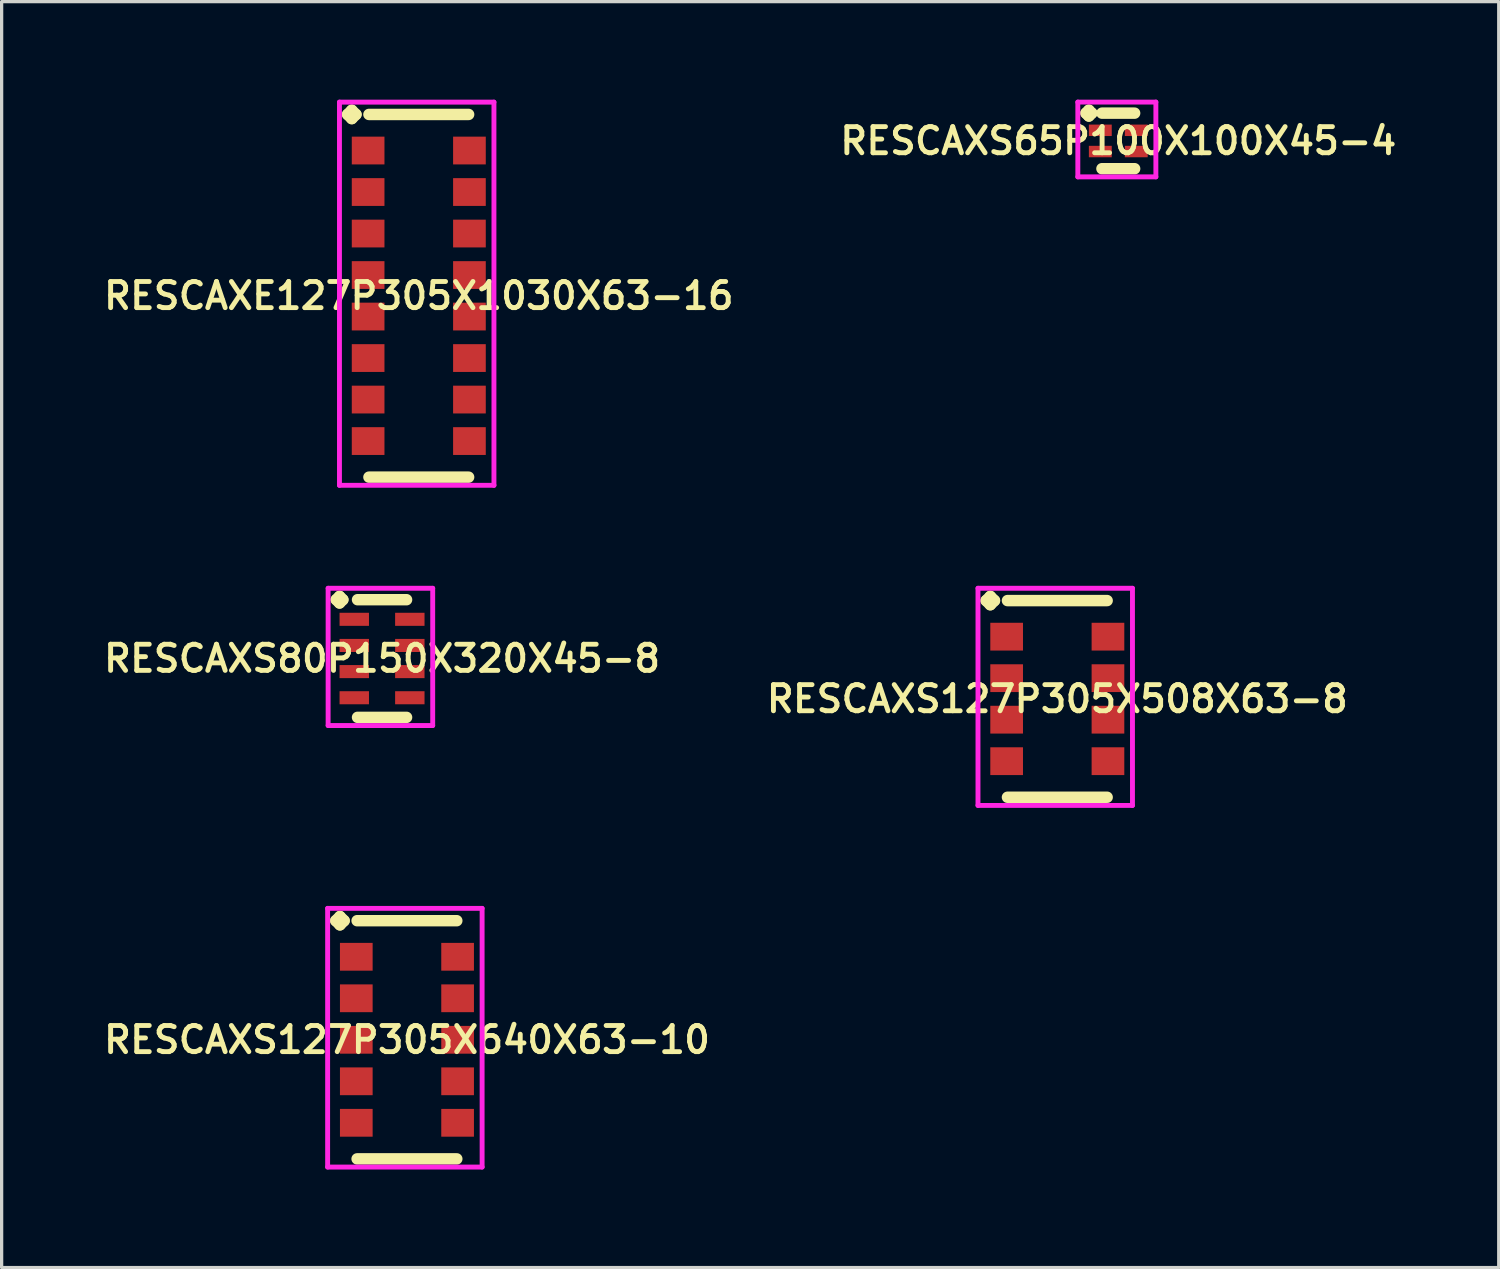
<source format=kicad_pcb>
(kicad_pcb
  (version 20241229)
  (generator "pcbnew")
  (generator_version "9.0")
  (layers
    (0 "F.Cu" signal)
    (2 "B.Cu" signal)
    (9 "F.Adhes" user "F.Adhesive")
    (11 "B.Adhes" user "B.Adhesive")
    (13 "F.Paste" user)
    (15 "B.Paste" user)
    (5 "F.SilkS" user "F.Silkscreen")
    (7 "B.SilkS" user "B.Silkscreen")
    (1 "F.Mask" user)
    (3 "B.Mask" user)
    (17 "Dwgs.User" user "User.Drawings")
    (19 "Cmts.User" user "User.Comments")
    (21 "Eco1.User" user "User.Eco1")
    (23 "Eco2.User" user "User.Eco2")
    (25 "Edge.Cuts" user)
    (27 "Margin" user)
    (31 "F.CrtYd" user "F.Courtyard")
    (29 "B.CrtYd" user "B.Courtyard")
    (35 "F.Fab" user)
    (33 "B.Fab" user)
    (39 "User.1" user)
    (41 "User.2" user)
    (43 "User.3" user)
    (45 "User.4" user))
  (footprint "RESCAXS127P305X640X63-10"
    (layer "F.Cu")
    (at 9.402 28.766)
    (property "Reference" "RESCAXS127P305X640X63-10" (at 0 0 0) (layer "F.SilkS") (effects (font (size 0.8 0.8) (thickness 0.15))))
    (attr through_hole)
    (fp_line (start -2.177 -3.644) (end -2.05 -3.771) (stroke (width 0.35) (type solid)) (layer "F.SilkS"))
    (fp_line (start -2.05 -3.771) (end -1.923 -3.644) (stroke (width 0.35) (type solid)) (layer "F.SilkS"))
    (fp_line (start -2.05 -3.517) (end -2.177 -3.644) (stroke (width 0.35) (type solid)) (layer "F.SilkS"))
    (fp_line (start -1.923 -3.644) (end -2.05 -3.517) (stroke (width 0.35) (type solid)) (layer "F.SilkS"))
    (fp_line (start -1.525 -3.644) (end 1.525 -3.644) (stroke (width 0.35) (type solid)) (layer "F.SilkS"))
    (fp_line (start -1.525 3.644) (end 1.525 3.644) (stroke (width 0.35) (type solid)) (layer "F.SilkS"))
    (fp_line (start -2.427 -4.021) (end 2.3 -4.021) (stroke (width 0.15) (type solid)) (layer "F.CrtYd"))
    (fp_line (start -2.427 3.894) (end -2.427 -4.021) (stroke (width 0.15) (type solid)) (layer "F.CrtYd"))
    (fp_line (start 2.3 -4.021) (end 2.3 3.894) (stroke (width 0.15) (type solid)) (layer "F.CrtYd"))
    (fp_line (start 2.3 3.894) (end -2.427 3.894) (stroke (width 0.15) (type solid)) (layer "F.CrtYd"))
    (pad "1" smd rect (at -1.55 -2.54) (size 1 0.85) (layers "F.Cu" "F.Mask" "F.Paste"))
    (pad "2" smd rect (at -1.55 -1.27) (size 1 0.85) (layers "F.Cu" "F.Mask" "F.Paste"))
    (pad "3" smd rect (at -1.55 0) (size 1 0.85) (layers "F.Cu" "F.Mask" "F.Paste"))
    (pad "4" smd rect (at -1.55 1.27) (size 1 0.85) (layers "F.Cu" "F.Mask" "F.Paste"))
    (pad "5" smd rect (at -1.55 2.54) (size 1 0.85) (layers "F.Cu" "F.Mask" "F.Paste"))
    (pad "6" smd rect (at 1.55 2.54) (size 1 0.85) (layers "F.Cu" "F.Mask" "F.Paste"))
    (pad "7" smd rect (at 1.55 1.27) (size 1 0.85) (layers "F.Cu" "F.Mask" "F.Paste"))
    (pad "8" smd rect (at 1.55 0) (size 1 0.85) (layers "F.Cu" "F.Mask" "F.Paste"))
    (pad "9" smd rect (at 1.55 -1.27) (size 1 0.85) (layers "F.Cu" "F.Mask" "F.Paste"))
    (pad "10" smd rect (at 1.55 -2.54) (size 1 0.85) (layers "F.Cu" "F.Mask" "F.Paste")))
  (footprint "RESCAXS65P100X100X45-4"
    (layer "F.Cu")
    (at 31.168 1.262)
    (property "Reference" "RESCAXS65P100X100X45-4" (at 0 0 0) (layer "F.SilkS") (effects (font (size 0.8 0.8) (thickness 0.15))))
    (attr smd)
    (fp_line (start -0.988 -0.85) (end -0.9 -0.938) (stroke (width 0.35) (type solid)) (layer "F.SilkS"))
    (fp_line (start -0.9 -0.938) (end -0.812 -0.85) (stroke (width 0.35) (type solid)) (layer "F.SilkS"))
    (fp_line (start -0.9 -0.762) (end -0.988 -0.85) (stroke (width 0.35) (type solid)) (layer "F.SilkS"))
    (fp_line (start -0.812 -0.85) (end -0.9 -0.762) (stroke (width 0.35) (type solid)) (layer "F.SilkS"))
    (fp_line (start -0.5 -0.85) (end 0.5 -0.85) (stroke (width 0.35) (type solid)) (layer "F.SilkS"))
    (fp_line (start -0.5 0.85) (end 0.5 0.85) (stroke (width 0.35) (type solid)) (layer "F.SilkS"))
    (fp_line (start -1.238 -1.188) (end 1.15 -1.188) (stroke (width 0.15) (type solid)) (layer "F.CrtYd"))
    (fp_line (start -1.238 1.1) (end -1.238 -1.188) (stroke (width 0.15) (type solid)) (layer "F.CrtYd"))
    (fp_line (start 1.15 -1.188) (end 1.15 1.1) (stroke (width 0.15) (type solid)) (layer "F.CrtYd"))
    (fp_line (start 1.15 1.1) (end -1.238 1.1) (stroke (width 0.15) (type solid)) (layer "F.CrtYd"))
    (pad "1" smd rect (at -0.55 -0.325) (size 0.7 0.35) (layers "F.Cu" "F.Mask" "F.Paste"))
    (pad "2" smd rect (at -0.55 0.325) (size 0.7 0.35) (layers "F.Cu" "F.Mask" "F.Paste"))
    (pad "3" smd rect (at 0.55 0.325) (size 0.7 0.35) (layers "F.Cu" "F.Mask" "F.Paste"))
    (pad "4" smd rect (at 0.55 -0.325) (size 0.7 0.35) (layers "F.Cu" "F.Mask" "F.Paste")))
  (footprint "RESCAXS80P150X320X45-8"
    (layer "F.Cu")
    (at 8.64 17.1)
    (property "Reference" "RESCAXS80P150X320X45-8" (at 0 0 0) (layer "F.SilkS") (effects (font (size 0.8 0.8) (thickness 0.15))))
    (attr smd)
    (fp_line (start -1.4 -1.8) (end -1.3 -1.9) (stroke (width 0.35) (type solid)) (layer "F.SilkS"))
    (fp_line (start -1.3 -1.9) (end -1.2 -1.8) (stroke (width 0.35) (type solid)) (layer "F.SilkS"))
    (fp_line (start -1.3 -1.7) (end -1.4 -1.8) (stroke (width 0.35) (type solid)) (layer "F.SilkS"))
    (fp_line (start -1.2 -1.8) (end -1.3 -1.7) (stroke (width 0.35) (type solid)) (layer "F.SilkS"))
    (fp_line (start -0.75 -1.8) (end 0.75 -1.8) (stroke (width 0.35) (type solid)) (layer "F.SilkS"))
    (fp_line (start -0.75 1.8) (end 0.75 1.8) (stroke (width 0.35) (type solid)) (layer "F.SilkS"))
    (fp_line (start -1.65 -2.15) (end 1.55 -2.15) (stroke (width 0.15) (type solid)) (layer "F.CrtYd"))
    (fp_line (start -1.65 2.05) (end -1.65 -2.15) (stroke (width 0.15) (type solid)) (layer "F.CrtYd"))
    (fp_line (start 1.55 -2.15) (end 1.55 2.05) (stroke (width 0.15) (type solid)) (layer "F.CrtYd"))
    (fp_line (start 1.55 2.05) (end -1.65 2.05) (stroke (width 0.15) (type solid)) (layer "F.CrtYd"))
    (pad "1" smd rect (at -0.85 -1.2) (size 0.9 0.4) (layers "F.Cu" "F.Mask" "F.Paste"))
    (pad "2" smd rect (at -0.85 -0.4) (size 0.9 0.4) (layers "F.Cu" "F.Mask" "F.Paste"))
    (pad "3" smd rect (at -0.85 0.4) (size 0.9 0.4) (layers "F.Cu" "F.Mask" "F.Paste"))
    (pad "4" smd rect (at -0.85 1.2) (size 0.9 0.4) (layers "F.Cu" "F.Mask" "F.Paste"))
    (pad "5" smd rect (at 0.85 1.2) (size 0.9 0.4) (layers "F.Cu" "F.Mask" "F.Paste"))
    (pad "6" smd rect (at 0.85 0.4) (size 0.9 0.4) (layers "F.Cu" "F.Mask" "F.Paste"))
    (pad "7" smd rect (at 0.85 -0.4) (size 0.9 0.4) (layers "F.Cu" "F.Mask" "F.Paste"))
    (pad "8" smd rect (at 0.85 -1.2) (size 0.9 0.4) (layers "F.Cu" "F.Mask" "F.Paste")))
  (footprint "RESCAXS127P305X508X63-8"
    (layer "F.Cu")
    (at 29.302 18.336)
    (property "Reference" "RESCAXS127P305X508X63-8" (at 0 0 0) (layer "F.SilkS") (effects (font (size 0.8 0.8) (thickness 0.15))))
    (attr smd)
    (fp_line (start -2.177 -3.009) (end -2.05 -3.136) (stroke (width 0.35) (type solid)) (layer "F.SilkS"))
    (fp_line (start -2.05 -3.136) (end -1.923 -3.009) (stroke (width 0.35) (type solid)) (layer "F.SilkS"))
    (fp_line (start -2.05 -2.882) (end -2.177 -3.009) (stroke (width 0.35) (type solid)) (layer "F.SilkS"))
    (fp_line (start -1.923 -3.009) (end -2.05 -2.882) (stroke (width 0.35) (type solid)) (layer "F.SilkS"))
    (fp_line (start -1.525 -3.009) (end 1.525 -3.009) (stroke (width 0.35) (type solid)) (layer "F.SilkS"))
    (fp_line (start -1.525 3.009) (end 1.525 3.009) (stroke (width 0.35) (type solid)) (layer "F.SilkS"))
    (fp_line (start -2.427 -3.386) (end 2.3 -3.386) (stroke (width 0.15) (type solid)) (layer "F.CrtYd"))
    (fp_line (start -2.427 3.259) (end -2.427 -3.386) (stroke (width 0.15) (type solid)) (layer "F.CrtYd"))
    (fp_line (start 2.3 -3.386) (end 2.3 3.259) (stroke (width 0.15) (type solid)) (layer "F.CrtYd"))
    (fp_line (start 2.3 3.259) (end -2.427 3.259) (stroke (width 0.15) (type solid)) (layer "F.CrtYd"))
    (pad "1" smd rect (at -1.55 -1.905) (size 1 0.85) (layers "F.Cu" "F.Mask" "F.Paste"))
    (pad "2" smd rect (at -1.55 -0.635) (size 1 0.85) (layers "F.Cu" "F.Mask" "F.Paste"))
    (pad "3" smd rect (at -1.55 0.635) (size 1 0.85) (layers "F.Cu" "F.Mask" "F.Paste"))
    (pad "4" smd rect (at -1.55 1.905) (size 1 0.85) (layers "F.Cu" "F.Mask" "F.Paste"))
    (pad "5" smd rect (at 1.55 1.905) (size 1 0.85) (layers "F.Cu" "F.Mask" "F.Paste"))
    (pad "6" smd rect (at 1.55 0.635) (size 1 0.85) (layers "F.Cu" "F.Mask" "F.Paste"))
    (pad "7" smd rect (at 1.55 -0.635) (size 1 0.85) (layers "F.Cu" "F.Mask" "F.Paste"))
    (pad "8" smd rect (at 1.55 -1.905) (size 1 0.85) (layers "F.Cu" "F.Mask" "F.Paste")))
  (footprint "RESCAXE127P305X1030X63-16"
    (layer "F.Cu")
    (at 9.764 6.001)
    (property "Reference" "RESCAXE127P305X1030X63-16" (at 0 0 0) (layer "F.SilkS") (effects (font (size 0.8 0.8) (thickness 0.15))))
    (attr smd)
    (fp_line (start -2.177 -5.549) (end -2.05 -5.676) (stroke (width 0.35) (type solid)) (layer "F.SilkS"))
    (fp_line (start -2.05 -5.676) (end -1.923 -5.549) (stroke (width 0.35) (type solid)) (layer "F.SilkS"))
    (fp_line (start -2.05 -5.422) (end -2.177 -5.549) (stroke (width 0.35) (type solid)) (layer "F.SilkS"))
    (fp_line (start -1.923 -5.549) (end -2.05 -5.422) (stroke (width 0.35) (type solid)) (layer "F.SilkS"))
    (fp_line (start -1.525 -5.549) (end 1.525 -5.549) (stroke (width 0.35) (type solid)) (layer "F.SilkS"))
    (fp_line (start -1.525 5.549) (end 1.525 5.549) (stroke (width 0.35) (type solid)) (layer "F.SilkS"))
    (fp_line (start -2.427 -5.926) (end 2.3 -5.926) (stroke (width 0.15) (type solid)) (layer "F.CrtYd"))
    (fp_line (start -2.427 5.799) (end -2.427 -5.926) (stroke (width 0.15) (type solid)) (layer "F.CrtYd"))
    (fp_line (start 2.3 -5.926) (end 2.3 5.799) (stroke (width 0.15) (type solid)) (layer "F.CrtYd"))
    (fp_line (start 2.3 5.799) (end -2.427 5.799) (stroke (width 0.15) (type solid)) (layer "F.CrtYd"))
    (pad "1" smd rect (at -1.55 -4.445) (size 1 0.85) (layers "F.Cu" "F.Mask" "F.Paste"))
    (pad "2" smd rect (at -1.55 -3.175) (size 1 0.85) (layers "F.Cu" "F.Mask" "F.Paste"))
    (pad "3" smd rect (at -1.55 -1.905) (size 1 0.85) (layers "F.Cu" "F.Mask" "F.Paste"))
    (pad "4" smd rect (at -1.55 -0.635) (size 1 0.85) (layers "F.Cu" "F.Mask" "F.Paste"))
    (pad "5" smd rect (at -1.55 0.635) (size 1 0.85) (layers "F.Cu" "F.Mask" "F.Paste"))
    (pad "6" smd rect (at -1.55 1.905) (size 1 0.85) (layers "F.Cu" "F.Mask" "F.Paste"))
    (pad "7" smd rect (at -1.55 3.175) (size 1 0.85) (layers "F.Cu" "F.Mask" "F.Paste"))
    (pad "8" smd rect (at -1.55 4.445) (size 1 0.85) (layers "F.Cu" "F.Mask" "F.Paste"))
    (pad "9" smd rect (at 1.55 4.445) (size 1 0.85) (layers "F.Cu" "F.Mask" "F.Paste"))
    (pad "10" smd rect (at 1.55 3.175) (size 1 0.85) (layers "F.Cu" "F.Mask" "F.Paste"))
    (pad "11" smd rect (at 1.55 1.905) (size 1 0.85) (layers "F.Cu" "F.Mask" "F.Paste"))
    (pad "12" smd rect (at 1.55 0.635) (size 1 0.85) (layers "F.Cu" "F.Mask" "F.Paste"))
    (pad "13" smd rect (at 1.55 -0.635) (size 1 0.85) (layers "F.Cu" "F.Mask" "F.Paste"))
    (pad "14" smd rect (at 1.55 -1.905) (size 1 0.85) (layers "F.Cu" "F.Mask" "F.Paste"))
    (pad "15" smd rect (at 1.55 -3.175) (size 1 0.85) (layers "F.Cu" "F.Mask" "F.Paste"))
    (pad "16" smd rect (at 1.55 -4.445) (size 1 0.85) (layers "F.Cu" "F.Mask" "F.Paste")))
  (gr_rect
    (start -3 -3)
    (end 42.809 35.735)
    (stroke (width 0.1) (type default))
    (fill no)
    (layer "Edge.Cuts")))
</source>
